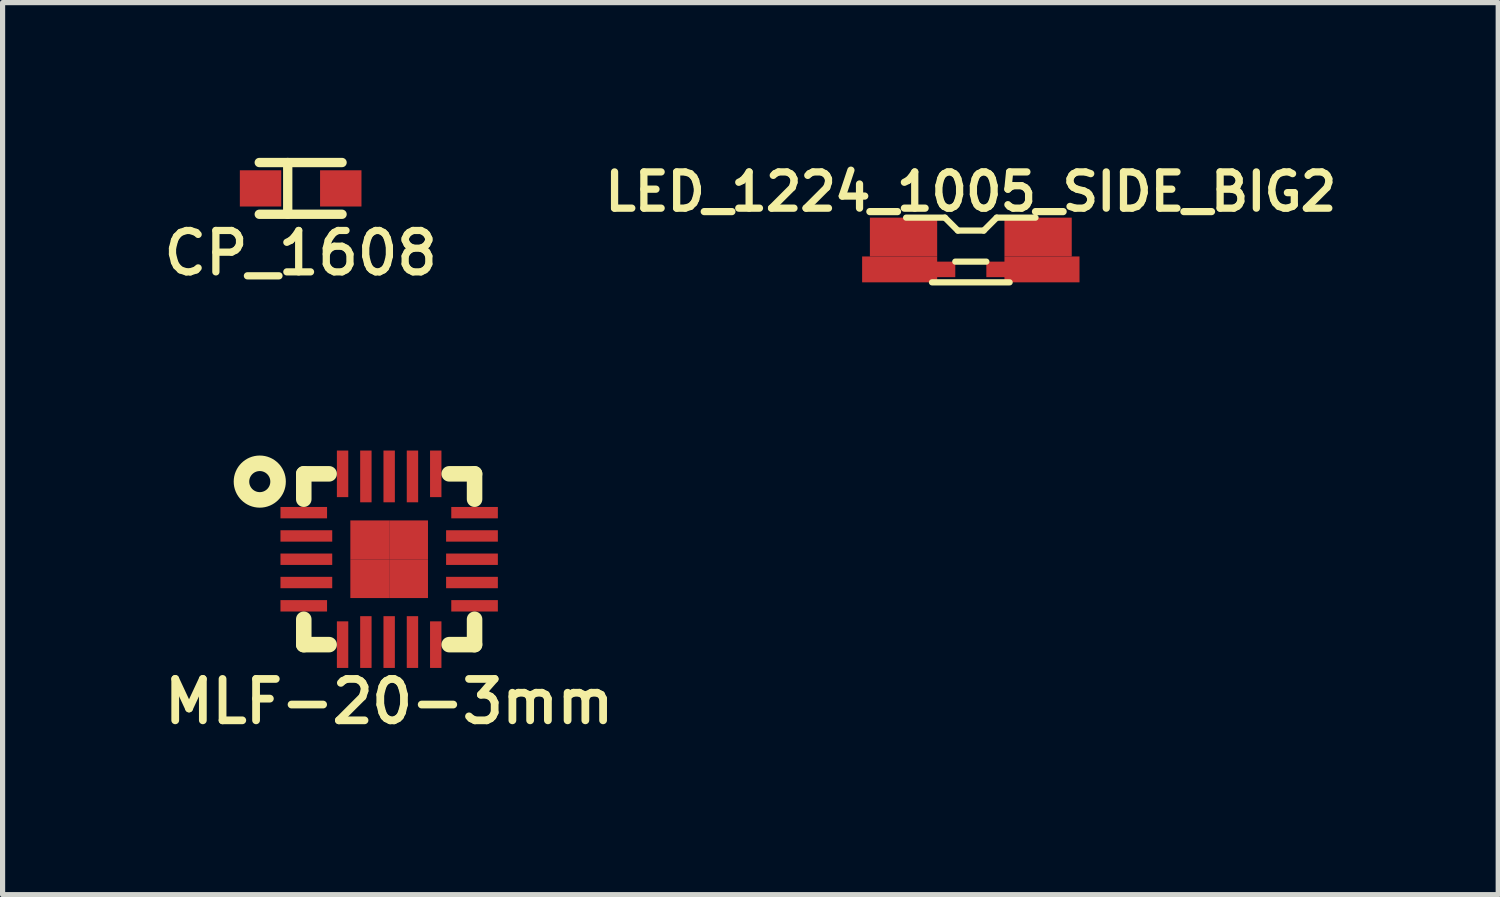
<source format=kicad_pcb>
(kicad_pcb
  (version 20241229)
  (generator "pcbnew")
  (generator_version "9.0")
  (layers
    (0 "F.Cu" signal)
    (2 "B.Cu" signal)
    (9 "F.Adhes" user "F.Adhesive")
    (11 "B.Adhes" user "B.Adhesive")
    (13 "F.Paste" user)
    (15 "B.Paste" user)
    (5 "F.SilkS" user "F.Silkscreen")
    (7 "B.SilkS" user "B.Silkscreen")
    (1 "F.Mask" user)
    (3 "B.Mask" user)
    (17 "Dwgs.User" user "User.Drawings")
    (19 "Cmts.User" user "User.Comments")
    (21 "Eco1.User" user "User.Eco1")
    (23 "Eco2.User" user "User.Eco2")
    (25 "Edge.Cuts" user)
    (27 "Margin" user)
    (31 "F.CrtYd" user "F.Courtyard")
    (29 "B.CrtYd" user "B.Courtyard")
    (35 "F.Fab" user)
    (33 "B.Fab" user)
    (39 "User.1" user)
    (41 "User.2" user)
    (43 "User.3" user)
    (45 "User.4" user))
  (footprint "CP_1608"
    (layer "F.Cu")
    (at 2.759 0.59)
    (property "Reference" "CP_1608" (at 0 1.25 0) (layer "F.SilkS") (effects (font (size 0.8 0.8) (thickness 0.14))))
    (attr smd)
    (fp_line (start -0.8 -0.5) (end 0.8 -0.5) (stroke (width 0.18) (type solid)) (layer "F.SilkS"))
    (fp_line (start -0.25 -0.5) (end -0.25 0.5) (stroke (width 0.18) (type solid)) (layer "F.SilkS"))
    (fp_line (start 0.8 0.5) (end -0.8 0.5) (stroke (width 0.18) (type solid)) (layer "F.SilkS"))
    (pad "1" smd rect (at -0.775 0) (size 0.8 0.7) (layers "F.Cu" "F.Mask" "F.Paste"))
    (pad "2" smd rect (at 0.775 0) (size 0.8 0.7) (layers "F.Cu" "F.Mask" "F.Paste")))
  (footprint "MLF-20-3mm"
    (layer "F.Cu")
    (at 4.469 7.755)
    (property "Reference" "MLF-20-3mm" (at 0 2.75 0) (layer "F.SilkS") (effects (font (size 0.8 0.8) (thickness 0.15))))
    (attr through_hole)
    (fp_line (start -1.65 -1.65) (end -1.16 -1.65) (stroke (width 0.3) (type solid)) (layer "F.SilkS"))
    (fp_line (start -1.65 -1.16) (end -1.65 -1.65) (stroke (width 0.3) (type solid)) (layer "F.SilkS"))
    (fp_line (start -1.65 1.16) (end -1.65 1.65) (stroke (width 0.3) (type solid)) (layer "F.SilkS"))
    (fp_line (start -1.65 1.65) (end -1.16 1.65) (stroke (width 0.3) (type solid)) (layer "F.SilkS"))
    (fp_line (start 1.16 -1.65) (end 1.65 -1.65) (stroke (width 0.3) (type solid)) (layer "F.SilkS"))
    (fp_line (start 1.16 1.65) (end 1.65 1.65) (stroke (width 0.3) (type solid)) (layer "F.SilkS"))
    (fp_line (start 1.65 -1.65) (end 1.65 -1.16) (stroke (width 0.3) (type solid)) (layer "F.SilkS"))
    (fp_line (start 1.65 1.65) (end 1.65 1.16) (stroke (width 0.3) (type solid)) (layer "F.SilkS"))
    (fp_circle (center -2.5 -1.5) (end -2.25 -1.25) (stroke (width 0.3) (type solid)) (fill no) (layer "F.SilkS"))
    (pad "1" smd rect (at -1.65 -0.9) (size 0.9 0.22) (layers "F.Cu" "F.Mask" "F.Paste"))
    (pad "2" smd rect (at -1.6 -0.45) (size 1 0.22) (layers "F.Cu" "F.Mask" "F.Paste"))
    (pad "3" smd rect (at -1.6 0) (size 1 0.22) (layers "F.Cu" "F.Mask" "F.Paste"))
    (pad "4" smd rect (at -1.6 0.45) (size 1 0.22) (layers "F.Cu" "F.Mask" "F.Paste"))
    (pad "5" smd rect (at -1.65 0.9) (size 0.9 0.22) (layers "F.Cu" "F.Mask" "F.Paste"))
    (pad "6" smd rect (at -0.9 1.65) (size 0.22 0.9) (layers "F.Cu" "F.Mask" "F.Paste"))
    (pad "7" smd rect (at -0.45 1.6) (size 0.22 1) (layers "F.Cu" "F.Mask" "F.Paste"))
    (pad "8" smd rect (at 0 1.6) (size 0.22 1) (layers "F.Cu" "F.Mask" "F.Paste"))
    (pad "9" smd rect (at 0.45 1.6) (size 0.22 1) (layers "F.Cu" "F.Mask" "F.Paste"))
    (pad "10" smd rect (at 0.9 1.65) (size 0.22 0.9) (layers "F.Cu" "F.Mask" "F.Paste"))
    (pad "11" smd rect (at 1.65 0.9) (size 0.9 0.22) (layers "F.Cu" "F.Mask" "F.Paste"))
    (pad "12" smd rect (at 1.6 0.45) (size 1 0.22) (layers "F.Cu" "F.Mask" "F.Paste"))
    (pad "13" smd rect (at 1.6 0) (size 1 0.22) (layers "F.Cu" "F.Mask" "F.Paste"))
    (pad "14" smd rect (at 1.6 -0.45) (size 1 0.22) (layers "F.Cu" "F.Mask" "F.Paste"))
    (pad "15" smd rect (at 1.65 -0.9) (size 0.9 0.22) (layers "F.Cu" "F.Mask" "F.Paste"))
    (pad "16" smd rect (at 0.9 -1.65) (size 0.22 0.9) (layers "F.Cu" "F.Mask" "F.Paste"))
    (pad "17" smd rect (at 0.45 -1.6) (size 0.22 1) (layers "F.Cu" "F.Mask" "F.Paste"))
    (pad "18" smd rect (at 0 -1.6) (size 0.22 1) (layers "F.Cu" "F.Mask" "F.Paste"))
    (pad "19" smd rect (at -0.45 -1.6) (size 0.22 1) (layers "F.Cu" "F.Mask" "F.Paste"))
    (pad "20" smd rect (at -0.9 -1.65) (size 0.22 0.9) (layers "F.Cu" "F.Mask" "F.Paste"))
    (pad "21" smd rect (at -0.375 -0.375) (size 0.75 0.75) (layers "F.Cu" "F.Mask" "F.Paste"))
    (pad "21" smd rect (at -0.375 0.375) (size 0.75 0.75) (layers "F.Cu" "F.Mask" "F.Paste"))
    (pad "21" smd rect (at 0.375 -0.375) (size 0.75 0.75) (layers "F.Cu" "F.Mask" "F.Paste"))
    (pad "21" smd rect (at 0.375 0.375) (size 0.75 0.75) (layers "F.Cu" "F.Mask" "F.Paste")))
  (footprint "LED_1224_1005_SIDE_BIG2"
    (layer "F.Cu")
    (at 15.707 2.405)
    (property "Reference" "LED_1224_1005_SIDE_BIG2" (at 0 -1.75 0) (layer "F.SilkS") (effects (font (size 0.7 0.7) (thickness 0.14))))
    (attr through_hole)
    (fp_line (start -1.25 -1.25) (end -0.5 -1.25) (stroke (width 0.12) (type solid)) (layer "F.SilkS"))
    (fp_line (start -0.75 0) (end 0.75 0) (stroke (width 0.12) (type solid)) (layer "F.SilkS"))
    (fp_line (start -0.5 -1.25) (end -0.25 -1) (stroke (width 0.12) (type solid)) (layer "F.SilkS"))
    (fp_line (start -0.3 -0.4) (end 0.3 -0.4) (stroke (width 0.12) (type solid)) (layer "F.SilkS"))
    (fp_line (start -0.25 -1) (end 0.25 -1) (stroke (width 0.12) (type solid)) (layer "F.SilkS"))
    (fp_line (start 0.25 -1) (end 0.5 -1.25) (stroke (width 0.12) (type solid)) (layer "F.SilkS"))
    (fp_line (start 0.5 -1.25) (end 1.25 -1.25) (stroke (width 0.12) (type solid)) (layer "F.SilkS"))
    (pad "1" smd rect (at -1.375 -0.25) (size 1.45 0.5) (layers "F.Cu" "F.Mask"))
    (pad "1" smd rect (at -1.3 -0.875) (size 1.3 0.75) (layers "F.Cu" "F.Mask" "F.Paste"))
    (pad "1" smd rect (at -0.55 -0.25) (size 0.5 0.3) (layers "F.Cu" "F.Mask"))
    (pad "2" smd rect (at 0.55 -0.25) (size 0.5 0.3) (layers "F.Cu" "F.Mask"))
    (pad "2" smd rect (at 1.3 -0.875) (size 1.3 0.75) (layers "F.Cu" "F.Mask" "F.Paste"))
    (pad "2" smd rect (at 1.375 -0.25) (size 1.45 0.5) (layers "F.Cu" "F.Mask")))
  (gr_rect
    (start -3 -3)
    (end 25.897 14.236)
    (stroke (width 0.1) (type default))
    (fill no)
    (layer "Edge.Cuts")))
</source>
